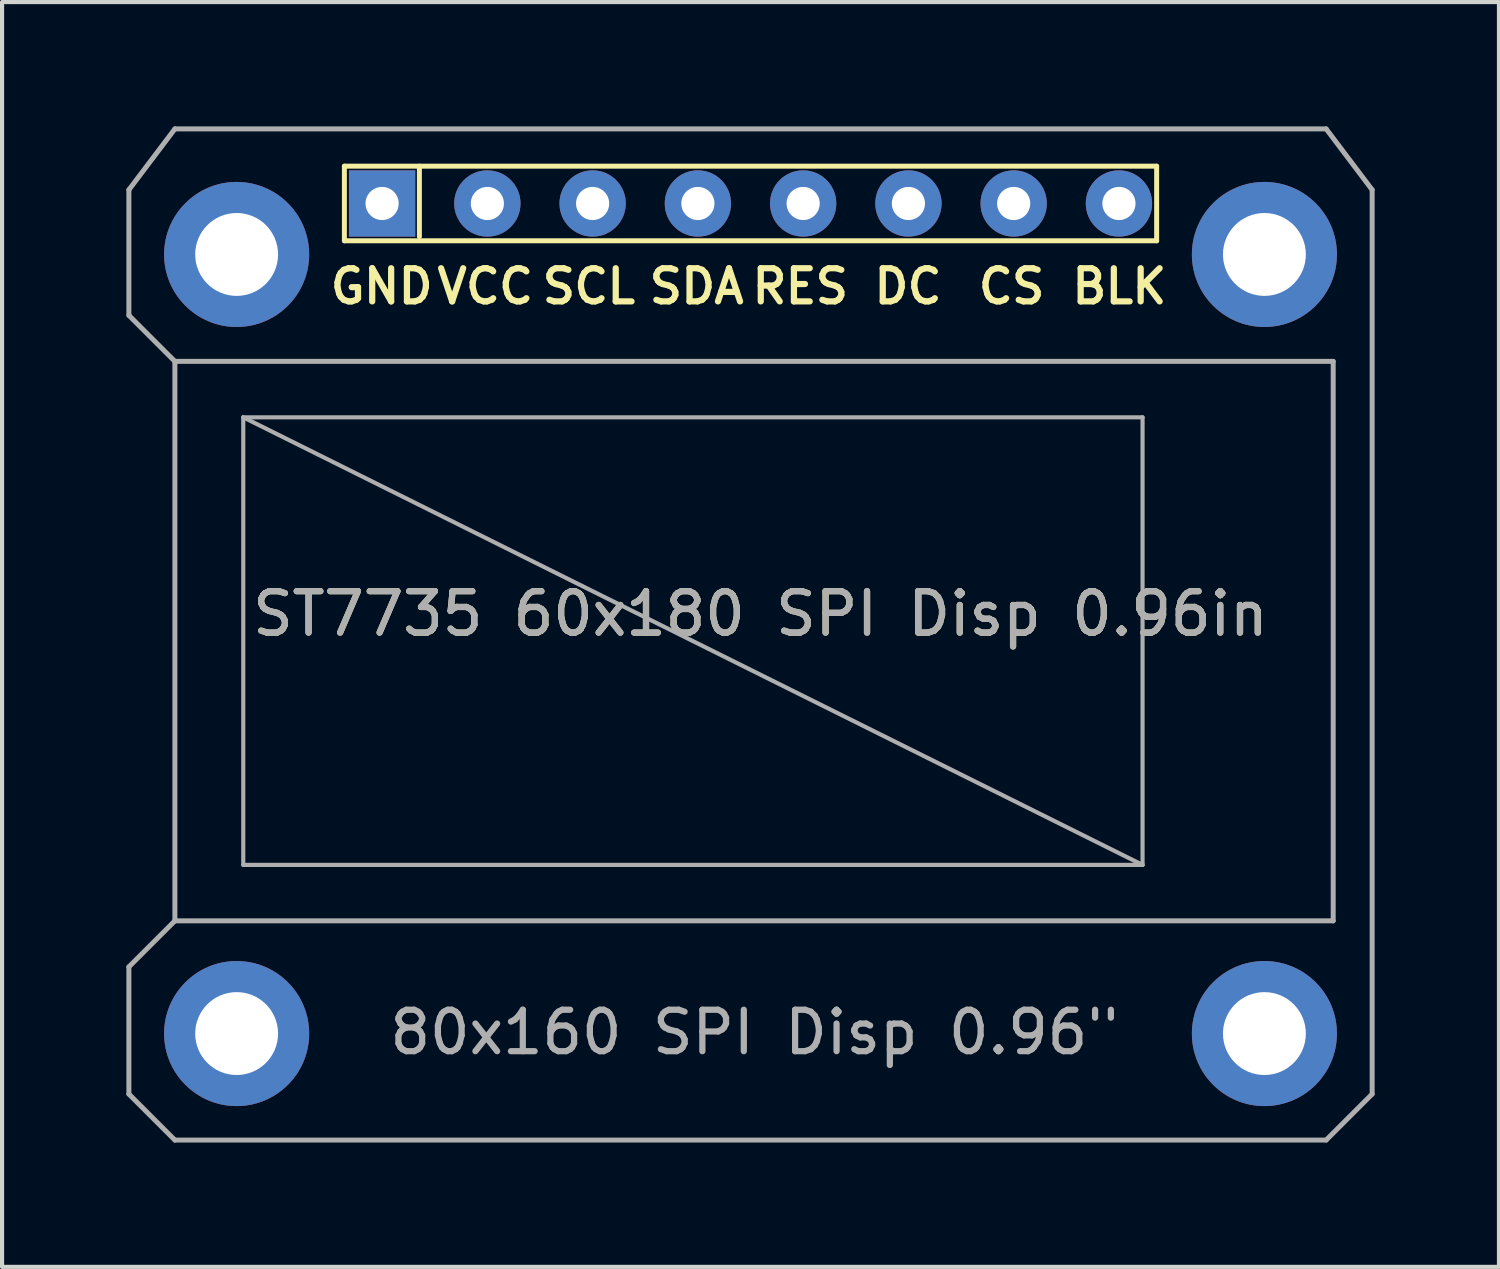
<source format=kicad_pcb>
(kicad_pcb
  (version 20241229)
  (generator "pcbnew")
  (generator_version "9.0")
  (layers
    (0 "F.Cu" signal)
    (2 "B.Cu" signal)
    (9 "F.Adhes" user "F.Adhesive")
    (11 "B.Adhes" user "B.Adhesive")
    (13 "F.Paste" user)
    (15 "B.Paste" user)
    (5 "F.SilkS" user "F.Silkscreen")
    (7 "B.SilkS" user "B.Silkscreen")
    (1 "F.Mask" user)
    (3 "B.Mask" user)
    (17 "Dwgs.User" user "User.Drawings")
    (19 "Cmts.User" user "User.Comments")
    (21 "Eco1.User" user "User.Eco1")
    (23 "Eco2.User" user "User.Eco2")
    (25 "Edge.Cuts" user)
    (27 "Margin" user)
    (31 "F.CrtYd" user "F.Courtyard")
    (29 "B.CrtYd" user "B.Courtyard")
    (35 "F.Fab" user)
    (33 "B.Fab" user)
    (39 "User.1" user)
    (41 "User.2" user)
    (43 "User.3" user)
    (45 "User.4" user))
  (footprint "ST7735 60x180 SPI Disp 0.96in"
    (layer "F.Cu")
    (at 13.67 12.42)
    (property "Reference" "ST7735 60x180 SPI Disp 0.96in" (at 1.63 -0.66 0) (unlocked yes) (layer "F.SilkS") (effects (font (size 1 1) (thickness 0.15))))
    (attr smd)
    (fp_line (start -8.41 -11.46) (end 11.19 -11.46) (stroke (width 0.12) (type solid)) (layer "F.SilkS"))
    (fp_line (start -8.41 -9.66) (end -8.41 -11.46) (stroke (width 0.12) (type solid)) (layer "F.SilkS"))
    (fp_line (start -6.6 -11.46) (end -6.6 -9.76) (stroke (width 0.12) (type solid)) (layer "F.SilkS"))
    (fp_line (start 11.19 -11.46) (end 11.19 -9.66) (stroke (width 0.12) (type solid)) (layer "F.SilkS"))
    (fp_line (start 11.19 -9.66) (end -8.41 -9.66) (stroke (width 0.12) (type solid)) (layer "F.SilkS"))
    (fp_line (start -13.61 -10.89) (end -13.61 -7.86) (stroke (width 0.12) (type solid)) (layer "F.Fab"))
    (fp_line (start -13.61 10.93) (end -13.61 7.86) (stroke (width 0.12) (type solid)) (layer "F.Fab"))
    (fp_line (start -13.61 10.93) (end -12.5 12.04) (stroke (width 0.12) (type solid)) (layer "F.Fab"))
    (fp_line (start -12.5 -12.36) (end -13.61 -10.89) (stroke (width 0.12) (type solid)) (layer "F.Fab"))
    (fp_line (start -12.5 -12.36) (end 15.28 -12.36) (stroke (width 0.12) (type solid)) (layer "F.Fab"))
    (fp_line (start -12.5 -6.75) (end -13.61 -7.86) (stroke (width 0.12) (type solid)) (layer "F.Fab"))
    (fp_line (start -12.5 -6.75) (end 15.45 -6.75) (stroke (width 0.12) (type solid)) (layer "F.Fab"))
    (fp_line (start -12.5 6.75) (end -13.61 7.86) (stroke (width 0.12) (type solid)) (layer "F.Fab"))
    (fp_line (start -12.5 6.75) (end -12.5 -6.75) (stroke (width 0.12) (type solid)) (layer "F.Fab"))
    (fp_line (start -12.5 12.04) (end 15.28 12.04) (stroke (width 0.12) (type solid)) (layer "F.Fab"))
    (fp_line (start -10.85 -5.4) (end 10.85 -5.4) (stroke (width 0.1) (type solid)) (layer "F.Fab"))
    (fp_line (start -10.85 -5.4) (end 10.85 5.4) (stroke (width 0.1) (type solid)) (layer "F.Fab"))
    (fp_line (start -10.85 5.4) (end -10.85 -5.4) (stroke (width 0.1) (type solid)) (layer "F.Fab"))
    (fp_line (start 10.85 -5.4) (end 10.85 5.4) (stroke (width 0.1) (type solid)) (layer "F.Fab"))
    (fp_line (start 10.85 5.4) (end -10.85 5.4) (stroke (width 0.1) (type solid)) (layer "F.Fab"))
    (fp_line (start 15.28 -12.36) (end 16.39 -10.89) (stroke (width 0.12) (type solid)) (layer "F.Fab"))
    (fp_line (start 15.28 12.04) (end 16.39 10.93) (stroke (width 0.12) (type solid)) (layer "F.Fab"))
    (fp_line (start 15.45 -6.75) (end 15.45 6.75) (stroke (width 0.12) (type solid)) (layer "F.Fab"))
    (fp_line (start 15.45 6.75) (end -12.5 6.75) (stroke (width 0.12) (type solid)) (layer "F.Fab"))
    (fp_line (start 16.39 -10.89) (end 16.39 10.93) (stroke (width 0.12) (type solid)) (layer "F.Fab"))
    (fp_text user "BLK" (at 10.29 -8.56 0) (unlocked yes) (layer "F.SilkS") (effects (font (size 0.8 0.8) (thickness 0.15))))
    (fp_text user "RES" (at 2.59 -8.56 0) (unlocked yes) (layer "F.SilkS") (effects (font (size 0.8 0.8) (thickness 0.15))))
    (fp_text user "VCC" (at -5.01 -8.56 0) (unlocked yes) (layer "F.SilkS") (effects (font (size 0.8 0.8) (thickness 0.15))))
    (fp_text user "GND" (at -7.51 -8.56 0) (unlocked yes) (layer "F.SilkS") (effects (font (size 0.8 0.8) (thickness 0.15))))
    (fp_text user "DC" (at 5.19 -8.56 0) (unlocked yes) (layer "F.SilkS") (effects (font (size 0.8 0.8) (thickness 0.15))))
    (fp_text user "SDA" (at 0.09 -8.56 0) (unlocked yes) (layer "F.SilkS") (effects (font (size 0.8 0.8) (thickness 0.15))))
    (fp_text user "SCL" (at -2.51 -8.56 0) (unlocked yes) (layer "F.SilkS") (effects (font (size 0.8 0.8) (thickness 0.15))))
    (fp_text user "CS" (at 7.69 -8.56 0) (unlocked yes) (layer "F.SilkS") (effects (font (size 0.8 0.8) (thickness 0.15))))
    (fp_text user "80x160 SPI Disp 0.96\"" (at 1.49 9.44 0) (unlocked yes) (layer "F.Fab") (effects (font (size 1 1) (thickness 0.15))))
    (fp_text user "${REFERENCE}" (at 1.63 -0.66 0) (unlocked yes) (layer "F.Fab") (effects (font (size 1 1) (thickness 0.15))))
    (pad "1" thru_hole rect (at -7.5 -10.56) (size 1.6 1.6) (drill 0.8) (layers "*.Cu" "*.Mask"))
    (pad "2" thru_hole circle (at -4.96 -10.56) (size 1.6 1.6) (drill 0.8) (layers "*.Cu" "*.Mask"))
    (pad "3" thru_hole circle (at -2.42 -10.56) (size 1.6 1.6) (drill 0.8) (layers "*.Cu" "*.Mask"))
    (pad "4" thru_hole circle (at 0.12 -10.56) (size 1.6 1.6) (drill 0.8) (layers "*.Cu" "*.Mask"))
    (pad "5" thru_hole circle (at 2.66 -10.56) (size 1.6 1.6) (drill 0.8) (layers "*.Cu" "*.Mask"))
    (pad "6" thru_hole circle (at 5.2 -10.56) (size 1.6 1.6) (drill 0.8) (layers "*.Cu" "*.Mask"))
    (pad "7" thru_hole circle (at 7.74 -10.56) (size 1.6 1.6) (drill 0.8) (layers "*.Cu" "*.Mask"))
    (pad "8" thru_hole circle (at 10.28 -10.56) (size 1.6 1.6) (drill 0.8) (layers "*.Cu" "*.Mask"))
    (pad "9" thru_hole circle (at -11.01 -9.33) (size 3.5 3.5) (drill 2) (layers "*.Cu" "*.Mask"))
    (pad "9" thru_hole circle (at -11.01 9.47) (size 3.5 3.5) (drill 2) (layers "*.Cu" "*.Mask"))
    (pad "9" thru_hole circle (at 13.79 -9.33) (size 3.5 3.5) (drill 2) (layers "*.Cu" "*.Mask"))
    (pad "9" thru_hole circle (at 13.79 9.47) (size 3.5 3.5) (drill 2) (layers "*.Cu" "*.Mask")))
  (gr_rect
    (start -3 -3)
    (end 33.12 27.52)
    (stroke (width 0.1) (type default))
    (fill no)
    (layer "Edge.Cuts")))
</source>
